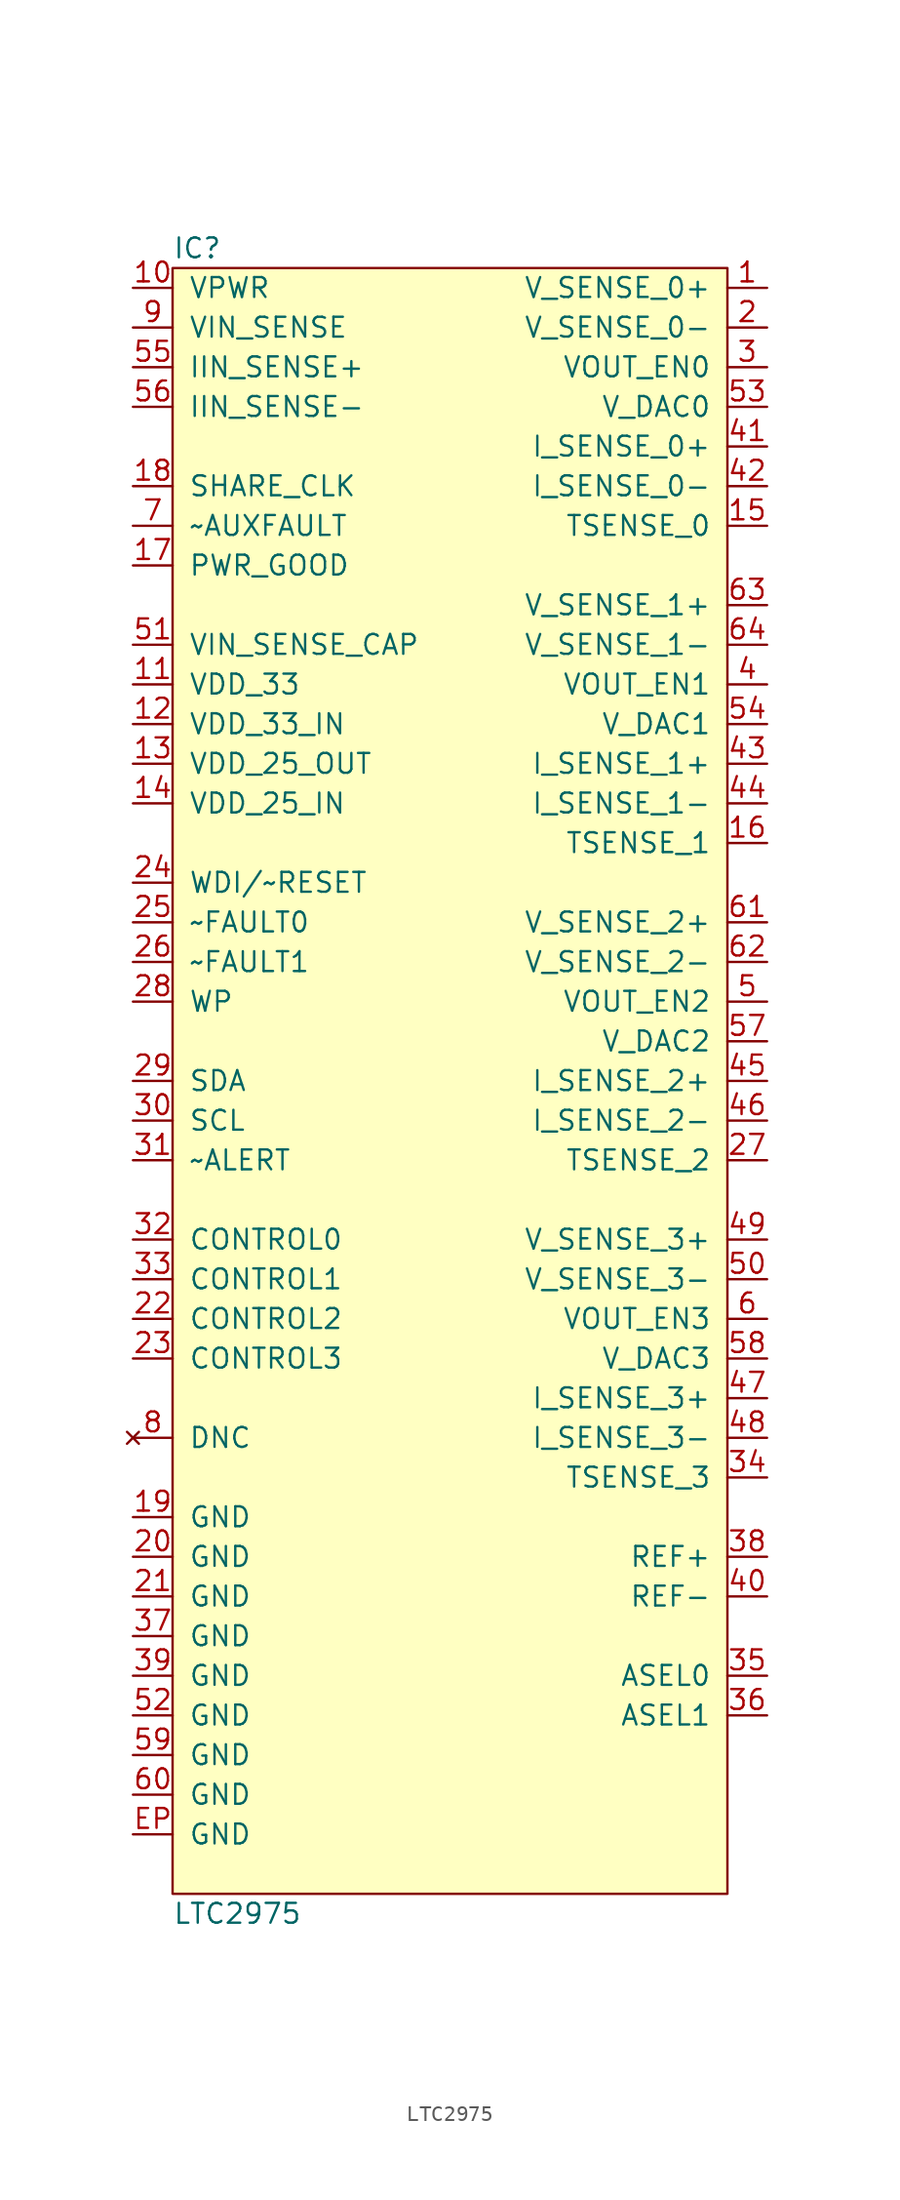
<source format=kicad_sym>
(kicad_symbol_lib
  (version 20211014)
  (generator agg_kicad.build_lib_ic)
  (symbol "LTC2975"
    (pin_names
      (offset 1.016))
    (property Reference IC
      (at -17.78 53.34 0)
      (effects (font (size 1.27 1.27)) (justify left)))
    (property Value "LTC2975"
      (at -17.78 -53.34 0)
      (effects (font (size 1.27 1.27)) (justify left)))
    (symbol "LTC2975_0_0"
      (rectangle (start -17.78 52.07) (end 17.78 -52.07) (stroke (width 0) (type default) (color 0 0 0 0)) (fill (type background)))
      (pin power_in line (at -20.32 50.8 0) (length 2.54) (name VPWR (effects (font (size 1.27 1.27)))) (number "10" (effects (font (size 1.27 1.27)))))
      (pin input line (at -20.32 48.26 0) (length 2.54) (name VIN_SENSE (effects (font (size 1.27 1.27)))) (number "9" (effects (font (size 1.27 1.27)))))
      (pin input line (at -20.32 45.72 0) (length 2.54) (name "IIN_SENSE+" (effects (font (size 1.27 1.27)))) (number "55" (effects (font (size 1.27 1.27)))))
      (pin input line (at -20.32 43.18 0) (length 2.54) (name "IIN_SENSE-" (effects (font (size 1.27 1.27)))) (number "56" (effects (font (size 1.27 1.27)))))
      (pin bidirectional line (at -20.32 38.1 0) (length 2.54) (name SHARE_CLK (effects (font (size 1.27 1.27)))) (number "18" (effects (font (size 1.27 1.27)))))
      (pin output line (at -20.32 35.56 0) (length 2.54) (name "~AUXFAULT" (effects (font (size 1.27 1.27)))) (number "7" (effects (font (size 1.27 1.27)))))
      (pin open_collector line (at -20.32 33.02 0) (length 2.54) (name PWR_GOOD (effects (font (size 1.27 1.27)))) (number "17" (effects (font (size 1.27 1.27)))))
      (pin power_out line (at -20.32 27.94 0) (length 2.54) (name VIN_SENSE_CAP (effects (font (size 1.27 1.27)))) (number "51" (effects (font (size 1.27 1.27)))))
      (pin bidirectional line (at -20.32 25.4 0) (length 2.54) (name "VDD_33" (effects (font (size 1.27 1.27)))) (number "11" (effects (font (size 1.27 1.27)))))
      (pin power_in line (at -20.32 22.86 0) (length 2.54) (name "VDD_33_IN" (effects (font (size 1.27 1.27)))) (number "12" (effects (font (size 1.27 1.27)))))
      (pin power_out line (at -20.32 20.32 0) (length 2.54) (name "VDD_25_OUT" (effects (font (size 1.27 1.27)))) (number "13" (effects (font (size 1.27 1.27)))))
      (pin power_in line (at -20.32 17.78 0) (length 2.54) (name "VDD_25_IN" (effects (font (size 1.27 1.27)))) (number "14" (effects (font (size 1.27 1.27)))))
      (pin input line (at -20.32 12.7 0) (length 2.54) (name "WDI/~RESET" (effects (font (size 1.27 1.27)))) (number "24" (effects (font (size 1.27 1.27)))))
      (pin bidirectional line (at -20.32 10.16 0) (length 2.54) (name "~FAULT0" (effects (font (size 1.27 1.27)))) (number "25" (effects (font (size 1.27 1.27)))))
      (pin bidirectional line (at -20.32 7.62 0) (length 2.54) (name "~FAULT1" (effects (font (size 1.27 1.27)))) (number "26" (effects (font (size 1.27 1.27)))))
      (pin input line (at -20.32 5.08 0) (length 2.54) (name WP (effects (font (size 1.27 1.27)))) (number "28" (effects (font (size 1.27 1.27)))))
      (pin tri_state line (at -20.32 0 0) (length 2.54) (name SDA (effects (font (size 1.27 1.27)))) (number "29" (effects (font (size 1.27 1.27)))))
      (pin tri_state line (at -20.32 -2.54 0) (length 2.54) (name SCL (effects (font (size 1.27 1.27)))) (number "30" (effects (font (size 1.27 1.27)))))
      (pin open_collector line (at -20.32 -5.08 0) (length 2.54) (name "~ALERT" (effects (font (size 1.27 1.27)))) (number "31" (effects (font (size 1.27 1.27)))))
      (pin input line (at -20.32 -10.16 0) (length 2.54) (name "CONTROL0" (effects (font (size 1.27 1.27)))) (number "32" (effects (font (size 1.27 1.27)))))
      (pin input line (at -20.32 -12.7 0) (length 2.54) (name "CONTROL1" (effects (font (size 1.27 1.27)))) (number "33" (effects (font (size 1.27 1.27)))))
      (pin input line (at -20.32 -15.24 0) (length 2.54) (name "CONTROL2" (effects (font (size 1.27 1.27)))) (number "22" (effects (font (size 1.27 1.27)))))
      (pin input line (at -20.32 -17.78 0) (length 2.54) (name "CONTROL3" (effects (font (size 1.27 1.27)))) (number "23" (effects (font (size 1.27 1.27)))))
      (pin no_connect line (at -20.32 -22.86 0) (length 2.54) (name DNC (effects (font (size 1.27 1.27)))) (number "8" (effects (font (size 1.27 1.27)))))
      (pin power_in line (at -20.32 -27.94 0) (length 2.54) (name GND (effects (font (size 1.27 1.27)))) (number "19" (effects (font (size 1.27 1.27)))))
      (pin power_in line (at -20.32 -30.48 0) (length 2.54) (name GND (effects (font (size 1.27 1.27)))) (number "20" (effects (font (size 1.27 1.27)))))
      (pin power_in line (at -20.32 -33.02 0) (length 2.54) (name GND (effects (font (size 1.27 1.27)))) (number "21" (effects (font (size 1.27 1.27)))))
      (pin power_in line (at -20.32 -35.56 0) (length 2.54) (name GND (effects (font (size 1.27 1.27)))) (number "37" (effects (font (size 1.27 1.27)))))
      (pin power_in line (at -20.32 -38.1 0) (length 2.54) (name GND (effects (font (size 1.27 1.27)))) (number "39" (effects (font (size 1.27 1.27)))))
      (pin power_in line (at -20.32 -40.64 0) (length 2.54) (name GND (effects (font (size 1.27 1.27)))) (number "52" (effects (font (size 1.27 1.27)))))
      (pin power_in line (at -20.32 -43.18 0) (length 2.54) (name GND (effects (font (size 1.27 1.27)))) (number "59" (effects (font (size 1.27 1.27)))))
      (pin power_in line (at -20.32 -45.72 0) (length 2.54) (name GND (effects (font (size 1.27 1.27)))) (number "60" (effects (font (size 1.27 1.27)))))
      (pin power_in line (at -20.32 -48.26 0) (length 2.54) (name GND (effects (font (size 1.27 1.27)))) (number EP (effects (font (size 1.27 1.27)))))
      (pin input line (at 20.32 50.8 180) (length 2.54) (name "V_SENSE_0+" (effects (font (size 1.27 1.27)))) (number "1" (effects (font (size 1.27 1.27)))))
      (pin input line (at 20.32 48.26 180) (length 2.54) (name "V_SENSE_0-" (effects (font (size 1.27 1.27)))) (number "2" (effects (font (size 1.27 1.27)))))
      (pin output line (at 20.32 45.72 180) (length 2.54) (name "VOUT_EN0" (effects (font (size 1.27 1.27)))) (number "3" (effects (font (size 1.27 1.27)))))
      (pin output line (at 20.32 43.18 180) (length 2.54) (name "V_DAC0" (effects (font (size 1.27 1.27)))) (number "53" (effects (font (size 1.27 1.27)))))
      (pin input line (at 20.32 40.64 180) (length 2.54) (name "I_SENSE_0+" (effects (font (size 1.27 1.27)))) (number "41" (effects (font (size 1.27 1.27)))))
      (pin input line (at 20.32 38.1 180) (length 2.54) (name "I_SENSE_0-" (effects (font (size 1.27 1.27)))) (number "42" (effects (font (size 1.27 1.27)))))
      (pin bidirectional line (at 20.32 35.56 180) (length 2.54) (name "TSENSE_0" (effects (font (size 1.27 1.27)))) (number "15" (effects (font (size 1.27 1.27)))))
      (pin input line (at 20.32 30.48 180) (length 2.54) (name "V_SENSE_1+" (effects (font (size 1.27 1.27)))) (number "63" (effects (font (size 1.27 1.27)))))
      (pin input line (at 20.32 27.94 180) (length 2.54) (name "V_SENSE_1-" (effects (font (size 1.27 1.27)))) (number "64" (effects (font (size 1.27 1.27)))))
      (pin output line (at 20.32 25.4 180) (length 2.54) (name "VOUT_EN1" (effects (font (size 1.27 1.27)))) (number "4" (effects (font (size 1.27 1.27)))))
      (pin output line (at 20.32 22.86 180) (length 2.54) (name "V_DAC1" (effects (font (size 1.27 1.27)))) (number "54" (effects (font (size 1.27 1.27)))))
      (pin input line (at 20.32 20.32 180) (length 2.54) (name "I_SENSE_1+" (effects (font (size 1.27 1.27)))) (number "43" (effects (font (size 1.27 1.27)))))
      (pin input line (at 20.32 17.78 180) (length 2.54) (name "I_SENSE_1-" (effects (font (size 1.27 1.27)))) (number "44" (effects (font (size 1.27 1.27)))))
      (pin bidirectional line (at 20.32 15.24 180) (length 2.54) (name "TSENSE_1" (effects (font (size 1.27 1.27)))) (number "16" (effects (font (size 1.27 1.27)))))
      (pin input line (at 20.32 10.16 180) (length 2.54) (name "V_SENSE_2+" (effects (font (size 1.27 1.27)))) (number "61" (effects (font (size 1.27 1.27)))))
      (pin input line (at 20.32 7.62 180) (length 2.54) (name "V_SENSE_2-" (effects (font (size 1.27 1.27)))) (number "62" (effects (font (size 1.27 1.27)))))
      (pin output line (at 20.32 5.08 180) (length 2.54) (name "VOUT_EN2" (effects (font (size 1.27 1.27)))) (number "5" (effects (font (size 1.27 1.27)))))
      (pin output line (at 20.32 2.54 180) (length 2.54) (name "V_DAC2" (effects (font (size 1.27 1.27)))) (number "57" (effects (font (size 1.27 1.27)))))
      (pin input line (at 20.32 0 180) (length 2.54) (name "I_SENSE_2+" (effects (font (size 1.27 1.27)))) (number "45" (effects (font (size 1.27 1.27)))))
      (pin input line (at 20.32 -2.54 180) (length 2.54) (name "I_SENSE_2-" (effects (font (size 1.27 1.27)))) (number "46" (effects (font (size 1.27 1.27)))))
      (pin bidirectional line (at 20.32 -5.08 180) (length 2.54) (name "TSENSE_2" (effects (font (size 1.27 1.27)))) (number "27" (effects (font (size 1.27 1.27)))))
      (pin input line (at 20.32 -10.16 180) (length 2.54) (name "V_SENSE_3+" (effects (font (size 1.27 1.27)))) (number "49" (effects (font (size 1.27 1.27)))))
      (pin input line (at 20.32 -12.7 180) (length 2.54) (name "V_SENSE_3-" (effects (font (size 1.27 1.27)))) (number "50" (effects (font (size 1.27 1.27)))))
      (pin output line (at 20.32 -15.24 180) (length 2.54) (name "VOUT_EN3" (effects (font (size 1.27 1.27)))) (number "6" (effects (font (size 1.27 1.27)))))
      (pin output line (at 20.32 -17.78 180) (length 2.54) (name "V_DAC3" (effects (font (size 1.27 1.27)))) (number "58" (effects (font (size 1.27 1.27)))))
      (pin input line (at 20.32 -20.32 180) (length 2.54) (name "I_SENSE_3+" (effects (font (size 1.27 1.27)))) (number "47" (effects (font (size 1.27 1.27)))))
      (pin input line (at 20.32 -22.86 180) (length 2.54) (name "I_SENSE_3-" (effects (font (size 1.27 1.27)))) (number "48" (effects (font (size 1.27 1.27)))))
      (pin bidirectional line (at 20.32 -25.4 180) (length 2.54) (name "TSENSE_3" (effects (font (size 1.27 1.27)))) (number "34" (effects (font (size 1.27 1.27)))))
      (pin bidirectional line (at 20.32 -30.48 180) (length 2.54) (name "REF+" (effects (font (size 1.27 1.27)))) (number "38" (effects (font (size 1.27 1.27)))))
      (pin bidirectional line (at 20.32 -33.02 180) (length 2.54) (name "REF-" (effects (font (size 1.27 1.27)))) (number "40" (effects (font (size 1.27 1.27)))))
      (pin input line (at 20.32 -38.1 180) (length 2.54) (name "ASEL0" (effects (font (size 1.27 1.27)))) (number "35" (effects (font (size 1.27 1.27)))))
      (pin input line (at 20.32 -40.64 180) (length 2.54) (name "ASEL1" (effects (font (size 1.27 1.27)))) (number "36" (effects (font (size 1.27 1.27))))))))
</source>
